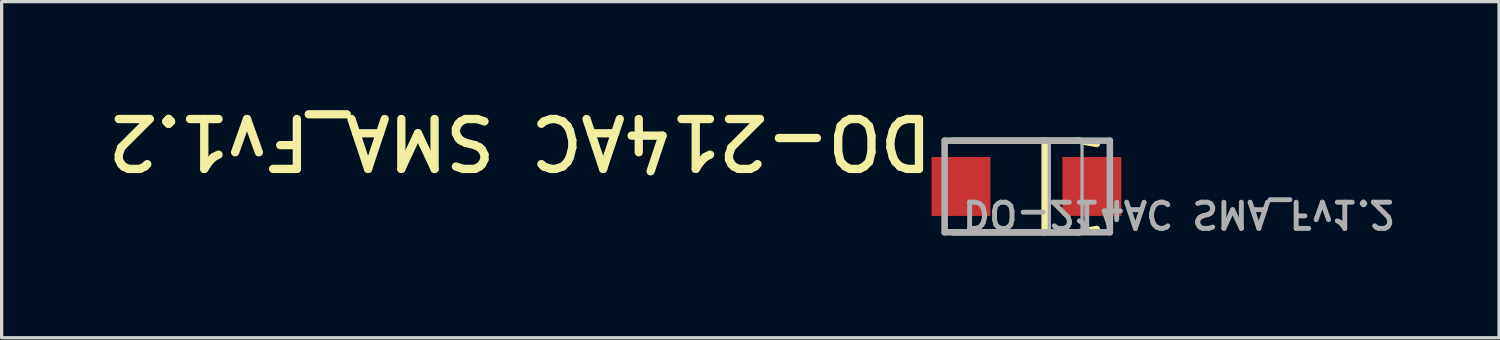
<source format=kicad_pcb>
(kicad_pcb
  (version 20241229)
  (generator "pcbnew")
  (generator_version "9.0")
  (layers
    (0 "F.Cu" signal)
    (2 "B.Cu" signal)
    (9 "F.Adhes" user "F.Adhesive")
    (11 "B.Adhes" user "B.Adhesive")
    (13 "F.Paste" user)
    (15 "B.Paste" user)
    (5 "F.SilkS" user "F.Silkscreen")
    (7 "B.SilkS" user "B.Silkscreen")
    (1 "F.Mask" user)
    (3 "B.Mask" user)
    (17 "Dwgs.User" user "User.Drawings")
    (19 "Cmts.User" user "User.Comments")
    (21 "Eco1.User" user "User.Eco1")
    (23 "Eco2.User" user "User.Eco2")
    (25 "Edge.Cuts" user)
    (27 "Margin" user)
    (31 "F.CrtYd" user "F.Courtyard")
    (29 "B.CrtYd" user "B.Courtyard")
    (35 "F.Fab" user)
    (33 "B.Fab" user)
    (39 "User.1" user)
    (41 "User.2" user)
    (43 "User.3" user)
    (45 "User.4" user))
  (footprint "DO-214AC SMA_Fv1.2"
    (layer "F.Cu")
    (at 28.322 2.649)
    (property "Reference" "DO-214AC SMA_Fv1.2" (at -2.755 -2.261 180) (unlocked yes) (layer "F.SilkS") (effects (font (size 1.524 1.524) (thickness 0.254)) (justify left bottom)))
    (fp_line (start 0.559 1.4) (end 0.559 -1.4) (stroke (width 0.2) (type solid)) (layer "F.SilkS"))
    (fp_line (start 1.6 -1.4) (end -2.25 -1.4) (stroke (width 0.2) (type solid)) (layer "F.SilkS"))
    (fp_line (start 1.6 1.4) (end -2.25 1.4) (stroke (width 0.2) (type solid)) (layer "F.SilkS"))
    (fp_line (start 2.15 -1.3) (end 1.6 -1.4) (stroke (width 0.2) (type solid)) (layer "F.SilkS"))
    (fp_line (start 2.15 1.3) (end 1.6 1.4) (stroke (width 0.2) (type solid)) (layer "F.SilkS"))
    (fp_line (start -2.5 1.4) (end -2.5 -1.4) (stroke (width 0.2) (type solid)) (layer "F.Fab"))
    (fp_line (start 2.55 -1.4) (end -2.5 -1.4) (stroke (width 0.2) (type solid)) (layer "F.Fab"))
    (fp_line (start 2.55 1.4) (end -2.5 1.4) (stroke (width 0.2) (type solid)) (layer "F.Fab"))
    (fp_line (start 2.55 1.4) (end 2.55 -1.4) (stroke (width 0.2) (type solid)) (layer "F.Fab"))
    (fp_rect (start 0.7 -1.4) (end 1.7 1.4) (stroke (width 0.1) (type default)) (fill no) (layer "F.Fab"))
    (fp_text user "${REFERENCE}" (at -2.025 0.375 180) (unlocked yes) (layer "F.Fab") (effects (font (size 0.8 0.8) (thickness 0.15)) (justify left bottom mirror)))
    (pad "1" smd rect (at -2 0 180) (size 1.8 1.8) (layers "F.Cu" "F.Mask" "F.Paste"))
    (pad "2" smd rect (at 2 0 180) (size 1.8 1.8) (layers "F.Cu" "F.Mask" "F.Paste")))
  (gr_rect
    (start -3 -3)
    (end 42.768 7.274)
    (stroke (width 0.1) (type default))
    (fill no)
    (layer "Edge.Cuts")))
</source>
